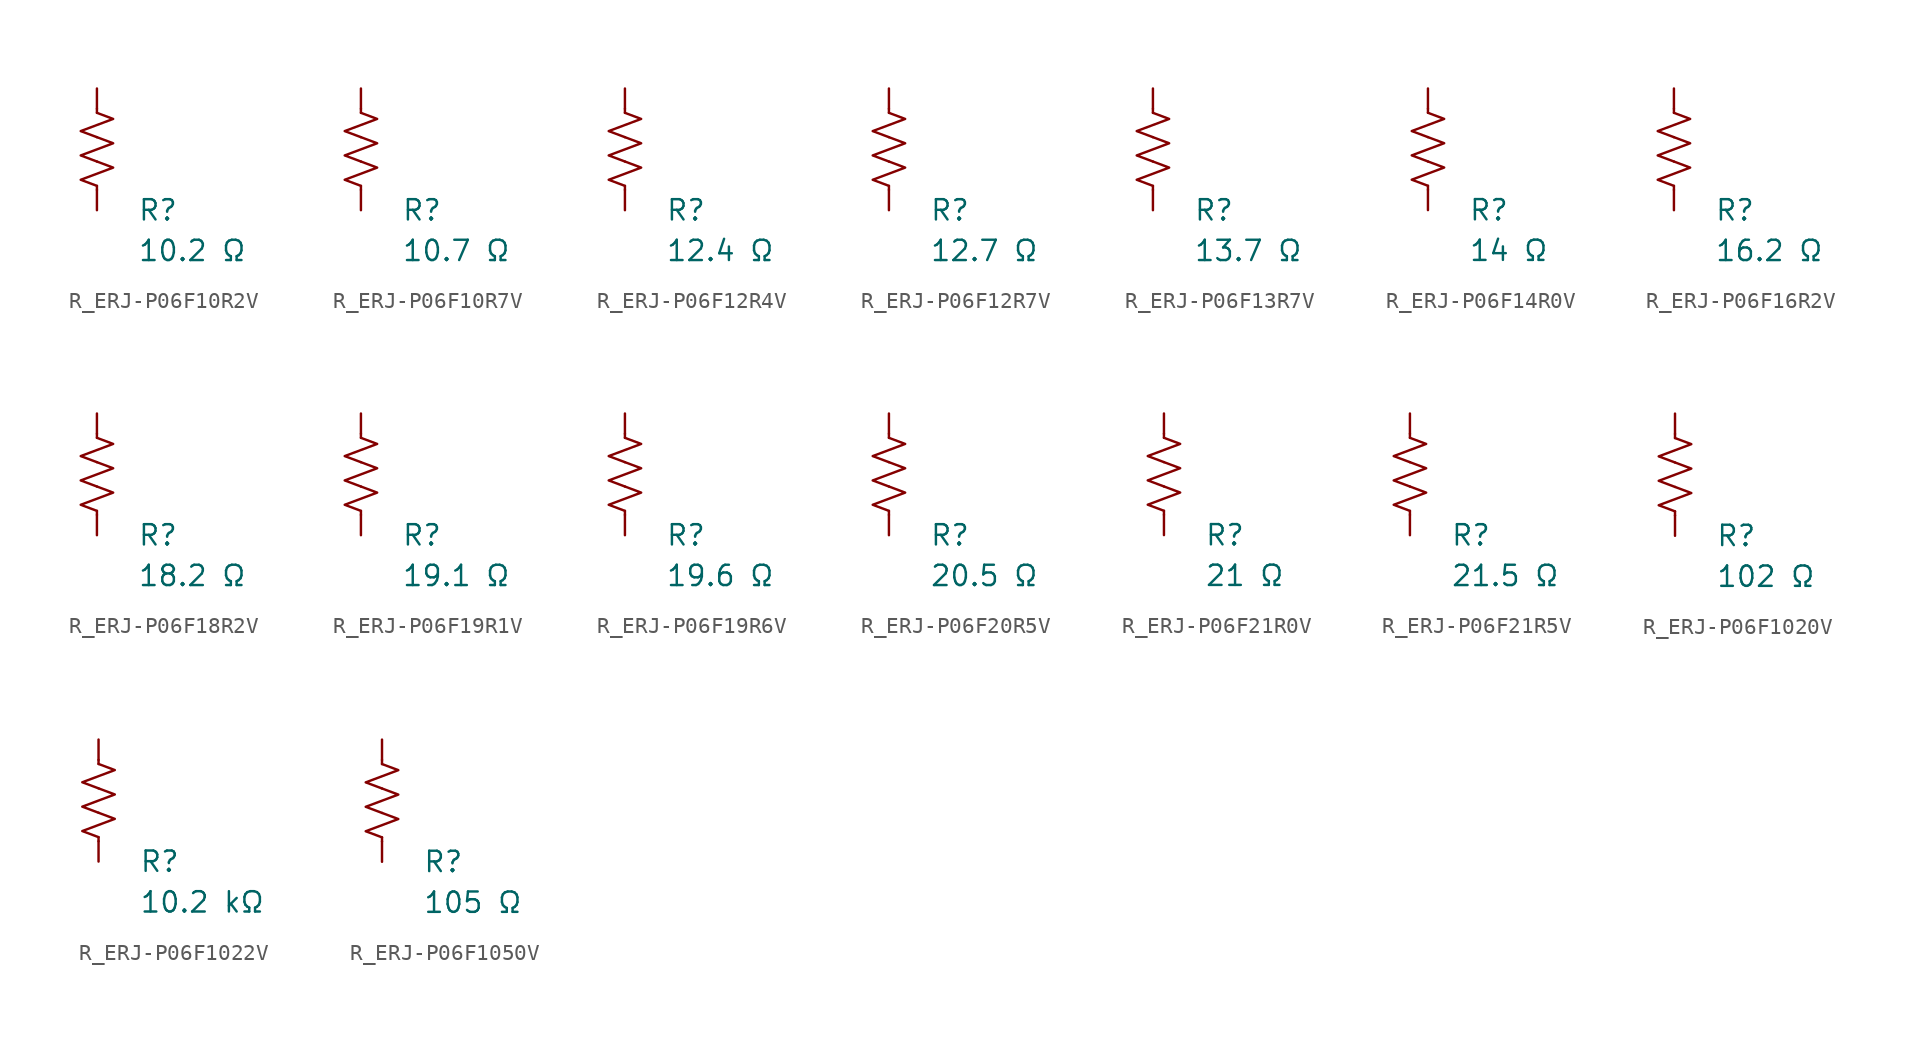
<source format=kicad_sym>
(kicad_symbol_lib
  (version 20231120)
  (generator "kicad_symbol_editor")
  (generator_version "8.0")
  (symbol "R_ERJ-P06F10R2V"
    (pin_numbers hide)
    (pin_names
      (offset 0))
    (property "Reference" "R"
      (at 2.54 -3.81 0)
      (effects (font (size 1.27 1.27)) (justify left))
      (show_name no))
    (property "Value" "10.2 Ω"
      (at 2.54 -6.35 0)
      (effects (font (size 1.27 1.27)) (justify left))
      (show_name no))
    (symbol "R_ERJ-P06F10R2V_0_1"
      (polyline (pts (xy 0 -2.286) (xy 0 -2.54)) (stroke (width 0) (type default)) (fill (type none)))
      (polyline (pts (xy 0 2.286) (xy 0 2.54)) (stroke (width 0) (type default)) (fill (type none)))
      (polyline (pts (xy 0 -0.762) (xy 1.016 -1.143) (xy 0 -1.524) (xy -1.016 -1.905) (xy 0 -2.286)) (stroke (width 0) (type default)) (fill (type none)))
      (polyline (pts (xy 0 0.762) (xy 1.016 0.381) (xy 0 0) (xy -1.016 -0.381) (xy 0 -0.762)) (stroke (width 0) (type default)) (fill (type none)))
      (polyline (pts (xy 0 2.286) (xy 1.016 1.905) (xy 0 1.524) (xy -1.016 1.143) (xy 0 0.762)) (stroke (width 0) (type default)) (fill (type none))))
    (symbol "R_ERJ-P06F10R2V_1_1"
      (pin passive line (at 0 3.81 270) (length 1.27) (name "~" (effects (font (size 1.27 1.27)))) (number "1" (effects (font (size 1.27 1.27)))))
      (pin passive line (at 0 -3.81 90) (length 1.27) (name "~" (effects (font (size 1.27 1.27)))) (number "2" (effects (font (size 1.27 1.27)))))))
  (symbol "R_ERJ-P06F10R7V"
    (pin_numbers hide)
    (pin_names
      (offset 0))
    (property "Reference" "R"
      (at 2.54 -3.81 0)
      (effects (font (size 1.27 1.27)) (justify left))
      (show_name no))
    (property "Value" "10.7 Ω"
      (at 2.54 -6.35 0)
      (effects (font (size 1.27 1.27)) (justify left))
      (show_name no))
    (symbol "R_ERJ-P06F10R7V_0_1"
      (polyline (pts (xy 0 -2.286) (xy 0 -2.54)) (stroke (width 0) (type default)) (fill (type none)))
      (polyline (pts (xy 0 2.286) (xy 0 2.54)) (stroke (width 0) (type default)) (fill (type none)))
      (polyline (pts (xy 0 -0.762) (xy 1.016 -1.143) (xy 0 -1.524) (xy -1.016 -1.905) (xy 0 -2.286)) (stroke (width 0) (type default)) (fill (type none)))
      (polyline (pts (xy 0 0.762) (xy 1.016 0.381) (xy 0 0) (xy -1.016 -0.381) (xy 0 -0.762)) (stroke (width 0) (type default)) (fill (type none)))
      (polyline (pts (xy 0 2.286) (xy 1.016 1.905) (xy 0 1.524) (xy -1.016 1.143) (xy 0 0.762)) (stroke (width 0) (type default)) (fill (type none))))
    (symbol "R_ERJ-P06F10R7V_1_1"
      (pin passive line (at 0 3.81 270) (length 1.27) (name "~" (effects (font (size 1.27 1.27)))) (number "1" (effects (font (size 1.27 1.27)))))
      (pin passive line (at 0 -3.81 90) (length 1.27) (name "~" (effects (font (size 1.27 1.27)))) (number "2" (effects (font (size 1.27 1.27)))))))
  (symbol "R_ERJ-P06F12R4V"
    (pin_numbers hide)
    (pin_names
      (offset 0))
    (property "Reference" "R"
      (at 2.54 -3.81 0)
      (effects (font (size 1.27 1.27)) (justify left))
      (show_name no))
    (property "Value" "12.4 Ω"
      (at 2.54 -6.35 0)
      (effects (font (size 1.27 1.27)) (justify left))
      (show_name no))
    (symbol "R_ERJ-P06F12R4V_0_1"
      (polyline (pts (xy 0 -2.286) (xy 0 -2.54)) (stroke (width 0) (type default)) (fill (type none)))
      (polyline (pts (xy 0 2.286) (xy 0 2.54)) (stroke (width 0) (type default)) (fill (type none)))
      (polyline (pts (xy 0 -0.762) (xy 1.016 -1.143) (xy 0 -1.524) (xy -1.016 -1.905) (xy 0 -2.286)) (stroke (width 0) (type default)) (fill (type none)))
      (polyline (pts (xy 0 0.762) (xy 1.016 0.381) (xy 0 0) (xy -1.016 -0.381) (xy 0 -0.762)) (stroke (width 0) (type default)) (fill (type none)))
      (polyline (pts (xy 0 2.286) (xy 1.016 1.905) (xy 0 1.524) (xy -1.016 1.143) (xy 0 0.762)) (stroke (width 0) (type default)) (fill (type none))))
    (symbol "R_ERJ-P06F12R4V_1_1"
      (pin passive line (at 0 3.81 270) (length 1.27) (name "~" (effects (font (size 1.27 1.27)))) (number "1" (effects (font (size 1.27 1.27)))))
      (pin passive line (at 0 -3.81 90) (length 1.27) (name "~" (effects (font (size 1.27 1.27)))) (number "2" (effects (font (size 1.27 1.27)))))))
  (symbol "R_ERJ-P06F12R7V"
    (pin_numbers hide)
    (pin_names
      (offset 0))
    (property "Reference" "R"
      (at 2.54 -3.81 0)
      (effects (font (size 1.27 1.27)) (justify left))
      (show_name no))
    (property "Value" "12.7 Ω"
      (at 2.54 -6.35 0)
      (effects (font (size 1.27 1.27)) (justify left))
      (show_name no))
    (symbol "R_ERJ-P06F12R7V_0_1"
      (polyline (pts (xy 0 -2.286) (xy 0 -2.54)) (stroke (width 0) (type default)) (fill (type none)))
      (polyline (pts (xy 0 2.286) (xy 0 2.54)) (stroke (width 0) (type default)) (fill (type none)))
      (polyline (pts (xy 0 -0.762) (xy 1.016 -1.143) (xy 0 -1.524) (xy -1.016 -1.905) (xy 0 -2.286)) (stroke (width 0) (type default)) (fill (type none)))
      (polyline (pts (xy 0 0.762) (xy 1.016 0.381) (xy 0 0) (xy -1.016 -0.381) (xy 0 -0.762)) (stroke (width 0) (type default)) (fill (type none)))
      (polyline (pts (xy 0 2.286) (xy 1.016 1.905) (xy 0 1.524) (xy -1.016 1.143) (xy 0 0.762)) (stroke (width 0) (type default)) (fill (type none))))
    (symbol "R_ERJ-P06F12R7V_1_1"
      (pin passive line (at 0 3.81 270) (length 1.27) (name "~" (effects (font (size 1.27 1.27)))) (number "1" (effects (font (size 1.27 1.27)))))
      (pin passive line (at 0 -3.81 90) (length 1.27) (name "~" (effects (font (size 1.27 1.27)))) (number "2" (effects (font (size 1.27 1.27)))))))
  (symbol "R_ERJ-P06F13R7V"
    (pin_numbers hide)
    (pin_names
      (offset 0))
    (property "Reference" "R"
      (at 2.54 -3.81 0)
      (effects (font (size 1.27 1.27)) (justify left))
      (show_name no))
    (property "Value" "13.7 Ω"
      (at 2.54 -6.35 0)
      (effects (font (size 1.27 1.27)) (justify left))
      (show_name no))
    (symbol "R_ERJ-P06F13R7V_0_1"
      (polyline (pts (xy 0 -2.286) (xy 0 -2.54)) (stroke (width 0) (type default)) (fill (type none)))
      (polyline (pts (xy 0 2.286) (xy 0 2.54)) (stroke (width 0) (type default)) (fill (type none)))
      (polyline (pts (xy 0 -0.762) (xy 1.016 -1.143) (xy 0 -1.524) (xy -1.016 -1.905) (xy 0 -2.286)) (stroke (width 0) (type default)) (fill (type none)))
      (polyline (pts (xy 0 0.762) (xy 1.016 0.381) (xy 0 0) (xy -1.016 -0.381) (xy 0 -0.762)) (stroke (width 0) (type default)) (fill (type none)))
      (polyline (pts (xy 0 2.286) (xy 1.016 1.905) (xy 0 1.524) (xy -1.016 1.143) (xy 0 0.762)) (stroke (width 0) (type default)) (fill (type none))))
    (symbol "R_ERJ-P06F13R7V_1_1"
      (pin passive line (at 0 3.81 270) (length 1.27) (name "~" (effects (font (size 1.27 1.27)))) (number "1" (effects (font (size 1.27 1.27)))))
      (pin passive line (at 0 -3.81 90) (length 1.27) (name "~" (effects (font (size 1.27 1.27)))) (number "2" (effects (font (size 1.27 1.27)))))))
  (symbol "R_ERJ-P06F14R0V"
    (pin_numbers hide)
    (pin_names
      (offset 0))
    (property "Reference" "R"
      (at 2.54 -3.81 0)
      (effects (font (size 1.27 1.27)) (justify left))
      (show_name no))
    (property "Value" "14 Ω"
      (at 2.54 -6.35 0)
      (effects (font (size 1.27 1.27)) (justify left))
      (show_name no))
    (symbol "R_ERJ-P06F14R0V_0_1"
      (polyline (pts (xy 0 -2.286) (xy 0 -2.54)) (stroke (width 0) (type default)) (fill (type none)))
      (polyline (pts (xy 0 2.286) (xy 0 2.54)) (stroke (width 0) (type default)) (fill (type none)))
      (polyline (pts (xy 0 -0.762) (xy 1.016 -1.143) (xy 0 -1.524) (xy -1.016 -1.905) (xy 0 -2.286)) (stroke (width 0) (type default)) (fill (type none)))
      (polyline (pts (xy 0 0.762) (xy 1.016 0.381) (xy 0 0) (xy -1.016 -0.381) (xy 0 -0.762)) (stroke (width 0) (type default)) (fill (type none)))
      (polyline (pts (xy 0 2.286) (xy 1.016 1.905) (xy 0 1.524) (xy -1.016 1.143) (xy 0 0.762)) (stroke (width 0) (type default)) (fill (type none))))
    (symbol "R_ERJ-P06F14R0V_1_1"
      (pin passive line (at 0 3.81 270) (length 1.27) (name "~" (effects (font (size 1.27 1.27)))) (number "1" (effects (font (size 1.27 1.27)))))
      (pin passive line (at 0 -3.81 90) (length 1.27) (name "~" (effects (font (size 1.27 1.27)))) (number "2" (effects (font (size 1.27 1.27)))))))
  (symbol "R_ERJ-P06F16R2V"
    (pin_numbers hide)
    (pin_names
      (offset 0))
    (property "Reference" "R"
      (at 2.54 -3.81 0)
      (effects (font (size 1.27 1.27)) (justify left))
      (show_name no))
    (property "Value" "16.2 Ω"
      (at 2.54 -6.35 0)
      (effects (font (size 1.27 1.27)) (justify left))
      (show_name no))
    (symbol "R_ERJ-P06F16R2V_0_1"
      (polyline (pts (xy 0 -2.286) (xy 0 -2.54)) (stroke (width 0) (type default)) (fill (type none)))
      (polyline (pts (xy 0 2.286) (xy 0 2.54)) (stroke (width 0) (type default)) (fill (type none)))
      (polyline (pts (xy 0 -0.762) (xy 1.016 -1.143) (xy 0 -1.524) (xy -1.016 -1.905) (xy 0 -2.286)) (stroke (width 0) (type default)) (fill (type none)))
      (polyline (pts (xy 0 0.762) (xy 1.016 0.381) (xy 0 0) (xy -1.016 -0.381) (xy 0 -0.762)) (stroke (width 0) (type default)) (fill (type none)))
      (polyline (pts (xy 0 2.286) (xy 1.016 1.905) (xy 0 1.524) (xy -1.016 1.143) (xy 0 0.762)) (stroke (width 0) (type default)) (fill (type none))))
    (symbol "R_ERJ-P06F16R2V_1_1"
      (pin passive line (at 0 3.81 270) (length 1.27) (name "~" (effects (font (size 1.27 1.27)))) (number "1" (effects (font (size 1.27 1.27)))))
      (pin passive line (at 0 -3.81 90) (length 1.27) (name "~" (effects (font (size 1.27 1.27)))) (number "2" (effects (font (size 1.27 1.27)))))))
  (symbol "R_ERJ-P06F18R2V"
    (pin_numbers hide)
    (pin_names
      (offset 0))
    (property "Reference" "R"
      (at 2.54 -3.81 0)
      (effects (font (size 1.27 1.27)) (justify left))
      (show_name no))
    (property "Value" "18.2 Ω"
      (at 2.54 -6.35 0)
      (effects (font (size 1.27 1.27)) (justify left))
      (show_name no))
    (symbol "R_ERJ-P06F18R2V_0_1"
      (polyline (pts (xy 0 -2.286) (xy 0 -2.54)) (stroke (width 0) (type default)) (fill (type none)))
      (polyline (pts (xy 0 2.286) (xy 0 2.54)) (stroke (width 0) (type default)) (fill (type none)))
      (polyline (pts (xy 0 -0.762) (xy 1.016 -1.143) (xy 0 -1.524) (xy -1.016 -1.905) (xy 0 -2.286)) (stroke (width 0) (type default)) (fill (type none)))
      (polyline (pts (xy 0 0.762) (xy 1.016 0.381) (xy 0 0) (xy -1.016 -0.381) (xy 0 -0.762)) (stroke (width 0) (type default)) (fill (type none)))
      (polyline (pts (xy 0 2.286) (xy 1.016 1.905) (xy 0 1.524) (xy -1.016 1.143) (xy 0 0.762)) (stroke (width 0) (type default)) (fill (type none))))
    (symbol "R_ERJ-P06F18R2V_1_1"
      (pin passive line (at 0 3.81 270) (length 1.27) (name "~" (effects (font (size 1.27 1.27)))) (number "1" (effects (font (size 1.27 1.27)))))
      (pin passive line (at 0 -3.81 90) (length 1.27) (name "~" (effects (font (size 1.27 1.27)))) (number "2" (effects (font (size 1.27 1.27)))))))
  (symbol "R_ERJ-P06F19R1V"
    (pin_numbers hide)
    (pin_names
      (offset 0))
    (property "Reference" "R"
      (at 2.54 -3.81 0)
      (effects (font (size 1.27 1.27)) (justify left))
      (show_name no))
    (property "Value" "19.1 Ω"
      (at 2.54 -6.35 0)
      (effects (font (size 1.27 1.27)) (justify left))
      (show_name no))
    (symbol "R_ERJ-P06F19R1V_0_1"
      (polyline (pts (xy 0 -2.286) (xy 0 -2.54)) (stroke (width 0) (type default)) (fill (type none)))
      (polyline (pts (xy 0 2.286) (xy 0 2.54)) (stroke (width 0) (type default)) (fill (type none)))
      (polyline (pts (xy 0 -0.762) (xy 1.016 -1.143) (xy 0 -1.524) (xy -1.016 -1.905) (xy 0 -2.286)) (stroke (width 0) (type default)) (fill (type none)))
      (polyline (pts (xy 0 0.762) (xy 1.016 0.381) (xy 0 0) (xy -1.016 -0.381) (xy 0 -0.762)) (stroke (width 0) (type default)) (fill (type none)))
      (polyline (pts (xy 0 2.286) (xy 1.016 1.905) (xy 0 1.524) (xy -1.016 1.143) (xy 0 0.762)) (stroke (width 0) (type default)) (fill (type none))))
    (symbol "R_ERJ-P06F19R1V_1_1"
      (pin passive line (at 0 3.81 270) (length 1.27) (name "~" (effects (font (size 1.27 1.27)))) (number "1" (effects (font (size 1.27 1.27)))))
      (pin passive line (at 0 -3.81 90) (length 1.27) (name "~" (effects (font (size 1.27 1.27)))) (number "2" (effects (font (size 1.27 1.27)))))))
  (symbol "R_ERJ-P06F19R6V"
    (pin_numbers hide)
    (pin_names
      (offset 0))
    (property "Reference" "R"
      (at 2.54 -3.81 0)
      (effects (font (size 1.27 1.27)) (justify left))
      (show_name no))
    (property "Value" "19.6 Ω"
      (at 2.54 -6.35 0)
      (effects (font (size 1.27 1.27)) (justify left))
      (show_name no))
    (symbol "R_ERJ-P06F19R6V_0_1"
      (polyline (pts (xy 0 -2.286) (xy 0 -2.54)) (stroke (width 0) (type default)) (fill (type none)))
      (polyline (pts (xy 0 2.286) (xy 0 2.54)) (stroke (width 0) (type default)) (fill (type none)))
      (polyline (pts (xy 0 -0.762) (xy 1.016 -1.143) (xy 0 -1.524) (xy -1.016 -1.905) (xy 0 -2.286)) (stroke (width 0) (type default)) (fill (type none)))
      (polyline (pts (xy 0 0.762) (xy 1.016 0.381) (xy 0 0) (xy -1.016 -0.381) (xy 0 -0.762)) (stroke (width 0) (type default)) (fill (type none)))
      (polyline (pts (xy 0 2.286) (xy 1.016 1.905) (xy 0 1.524) (xy -1.016 1.143) (xy 0 0.762)) (stroke (width 0) (type default)) (fill (type none))))
    (symbol "R_ERJ-P06F19R6V_1_1"
      (pin passive line (at 0 3.81 270) (length 1.27) (name "~" (effects (font (size 1.27 1.27)))) (number "1" (effects (font (size 1.27 1.27)))))
      (pin passive line (at 0 -3.81 90) (length 1.27) (name "~" (effects (font (size 1.27 1.27)))) (number "2" (effects (font (size 1.27 1.27)))))))
  (symbol "R_ERJ-P06F20R5V"
    (pin_numbers hide)
    (pin_names
      (offset 0))
    (property "Reference" "R"
      (at 2.54 -3.81 0)
      (effects (font (size 1.27 1.27)) (justify left))
      (show_name no))
    (property "Value" "20.5 Ω"
      (at 2.54 -6.35 0)
      (effects (font (size 1.27 1.27)) (justify left))
      (show_name no))
    (symbol "R_ERJ-P06F20R5V_0_1"
      (polyline (pts (xy 0 -2.286) (xy 0 -2.54)) (stroke (width 0) (type default)) (fill (type none)))
      (polyline (pts (xy 0 2.286) (xy 0 2.54)) (stroke (width 0) (type default)) (fill (type none)))
      (polyline (pts (xy 0 -0.762) (xy 1.016 -1.143) (xy 0 -1.524) (xy -1.016 -1.905) (xy 0 -2.286)) (stroke (width 0) (type default)) (fill (type none)))
      (polyline (pts (xy 0 0.762) (xy 1.016 0.381) (xy 0 0) (xy -1.016 -0.381) (xy 0 -0.762)) (stroke (width 0) (type default)) (fill (type none)))
      (polyline (pts (xy 0 2.286) (xy 1.016 1.905) (xy 0 1.524) (xy -1.016 1.143) (xy 0 0.762)) (stroke (width 0) (type default)) (fill (type none))))
    (symbol "R_ERJ-P06F20R5V_1_1"
      (pin passive line (at 0 3.81 270) (length 1.27) (name "~" (effects (font (size 1.27 1.27)))) (number "1" (effects (font (size 1.27 1.27)))))
      (pin passive line (at 0 -3.81 90) (length 1.27) (name "~" (effects (font (size 1.27 1.27)))) (number "2" (effects (font (size 1.27 1.27)))))))
  (symbol "R_ERJ-P06F21R0V"
    (pin_numbers hide)
    (pin_names
      (offset 0))
    (property "Reference" "R"
      (at 2.54 -3.81 0)
      (effects (font (size 1.27 1.27)) (justify left))
      (show_name no))
    (property "Value" "21 Ω"
      (at 2.54 -6.35 0)
      (effects (font (size 1.27 1.27)) (justify left))
      (show_name no))
    (symbol "R_ERJ-P06F21R0V_0_1"
      (polyline (pts (xy 0 -2.286) (xy 0 -2.54)) (stroke (width 0) (type default)) (fill (type none)))
      (polyline (pts (xy 0 2.286) (xy 0 2.54)) (stroke (width 0) (type default)) (fill (type none)))
      (polyline (pts (xy 0 -0.762) (xy 1.016 -1.143) (xy 0 -1.524) (xy -1.016 -1.905) (xy 0 -2.286)) (stroke (width 0) (type default)) (fill (type none)))
      (polyline (pts (xy 0 0.762) (xy 1.016 0.381) (xy 0 0) (xy -1.016 -0.381) (xy 0 -0.762)) (stroke (width 0) (type default)) (fill (type none)))
      (polyline (pts (xy 0 2.286) (xy 1.016 1.905) (xy 0 1.524) (xy -1.016 1.143) (xy 0 0.762)) (stroke (width 0) (type default)) (fill (type none))))
    (symbol "R_ERJ-P06F21R0V_1_1"
      (pin passive line (at 0 3.81 270) (length 1.27) (name "~" (effects (font (size 1.27 1.27)))) (number "1" (effects (font (size 1.27 1.27)))))
      (pin passive line (at 0 -3.81 90) (length 1.27) (name "~" (effects (font (size 1.27 1.27)))) (number "2" (effects (font (size 1.27 1.27)))))))
  (symbol "R_ERJ-P06F21R5V"
    (pin_numbers hide)
    (pin_names
      (offset 0))
    (property "Reference" "R"
      (at 2.54 -3.81 0)
      (effects (font (size 1.27 1.27)) (justify left))
      (show_name no))
    (property "Value" "21.5 Ω"
      (at 2.54 -6.35 0)
      (effects (font (size 1.27 1.27)) (justify left))
      (show_name no))
    (symbol "R_ERJ-P06F21R5V_0_1"
      (polyline (pts (xy 0 -2.286) (xy 0 -2.54)) (stroke (width 0) (type default)) (fill (type none)))
      (polyline (pts (xy 0 2.286) (xy 0 2.54)) (stroke (width 0) (type default)) (fill (type none)))
      (polyline (pts (xy 0 -0.762) (xy 1.016 -1.143) (xy 0 -1.524) (xy -1.016 -1.905) (xy 0 -2.286)) (stroke (width 0) (type default)) (fill (type none)))
      (polyline (pts (xy 0 0.762) (xy 1.016 0.381) (xy 0 0) (xy -1.016 -0.381) (xy 0 -0.762)) (stroke (width 0) (type default)) (fill (type none)))
      (polyline (pts (xy 0 2.286) (xy 1.016 1.905) (xy 0 1.524) (xy -1.016 1.143) (xy 0 0.762)) (stroke (width 0) (type default)) (fill (type none))))
    (symbol "R_ERJ-P06F21R5V_1_1"
      (pin passive line (at 0 3.81 270) (length 1.27) (name "~" (effects (font (size 1.27 1.27)))) (number "1" (effects (font (size 1.27 1.27)))))
      (pin passive line (at 0 -3.81 90) (length 1.27) (name "~" (effects (font (size 1.27 1.27)))) (number "2" (effects (font (size 1.27 1.27)))))))
  (symbol "R_ERJ-P06F1020V"
    (pin_numbers hide)
    (pin_names
      (offset 0))
    (property "Reference" "R"
      (at 2.54 -3.81 0)
      (effects (font (size 1.27 1.27)) (justify left))
      (show_name no))
    (property "Value" "102 Ω"
      (at 2.54 -6.35 0)
      (effects (font (size 1.27 1.27)) (justify left))
      (show_name no))
    (symbol "R_ERJ-P06F1020V_0_1"
      (polyline (pts (xy 0 -2.286) (xy 0 -2.54)) (stroke (width 0) (type default)) (fill (type none)))
      (polyline (pts (xy 0 2.286) (xy 0 2.54)) (stroke (width 0) (type default)) (fill (type none)))
      (polyline (pts (xy 0 -0.762) (xy 1.016 -1.143) (xy 0 -1.524) (xy -1.016 -1.905) (xy 0 -2.286)) (stroke (width 0) (type default)) (fill (type none)))
      (polyline (pts (xy 0 0.762) (xy 1.016 0.381) (xy 0 0) (xy -1.016 -0.381) (xy 0 -0.762)) (stroke (width 0) (type default)) (fill (type none)))
      (polyline (pts (xy 0 2.286) (xy 1.016 1.905) (xy 0 1.524) (xy -1.016 1.143) (xy 0 0.762)) (stroke (width 0) (type default)) (fill (type none))))
    (symbol "R_ERJ-P06F1020V_1_1"
      (pin passive line (at 0 3.81 270) (length 1.27) (name "~" (effects (font (size 1.27 1.27)))) (number "1" (effects (font (size 1.27 1.27)))))
      (pin passive line (at 0 -3.81 90) (length 1.27) (name "~" (effects (font (size 1.27 1.27)))) (number "2" (effects (font (size 1.27 1.27)))))))
  (symbol "R_ERJ-P06F1022V"
    (pin_numbers hide)
    (pin_names
      (offset 0))
    (property "Reference" "R"
      (at 2.54 -3.81 0)
      (effects (font (size 1.27 1.27)) (justify left))
      (show_name no))
    (property "Value" "10.2 kΩ"
      (at 2.54 -6.35 0)
      (effects (font (size 1.27 1.27)) (justify left))
      (show_name no))
    (symbol "R_ERJ-P06F1022V_0_1"
      (polyline (pts (xy 0 -2.286) (xy 0 -2.54)) (stroke (width 0) (type default)) (fill (type none)))
      (polyline (pts (xy 0 2.286) (xy 0 2.54)) (stroke (width 0) (type default)) (fill (type none)))
      (polyline (pts (xy 0 -0.762) (xy 1.016 -1.143) (xy 0 -1.524) (xy -1.016 -1.905) (xy 0 -2.286)) (stroke (width 0) (type default)) (fill (type none)))
      (polyline (pts (xy 0 0.762) (xy 1.016 0.381) (xy 0 0) (xy -1.016 -0.381) (xy 0 -0.762)) (stroke (width 0) (type default)) (fill (type none)))
      (polyline (pts (xy 0 2.286) (xy 1.016 1.905) (xy 0 1.524) (xy -1.016 1.143) (xy 0 0.762)) (stroke (width 0) (type default)) (fill (type none))))
    (symbol "R_ERJ-P06F1022V_1_1"
      (pin passive line (at 0 3.81 270) (length 1.27) (name "~" (effects (font (size 1.27 1.27)))) (number "1" (effects (font (size 1.27 1.27)))))
      (pin passive line (at 0 -3.81 90) (length 1.27) (name "~" (effects (font (size 1.27 1.27)))) (number "2" (effects (font (size 1.27 1.27)))))))
  (symbol "R_ERJ-P06F1050V"
    (pin_numbers hide)
    (pin_names
      (offset 0))
    (property "Reference" "R"
      (at 2.54 -3.81 0)
      (effects (font (size 1.27 1.27)) (justify left))
      (show_name no))
    (property "Value" "105 Ω"
      (at 2.54 -6.35 0)
      (effects (font (size 1.27 1.27)) (justify left))
      (show_name no))
    (symbol "R_ERJ-P06F1050V_0_1"
      (polyline (pts (xy 0 -2.286) (xy 0 -2.54)) (stroke (width 0) (type default)) (fill (type none)))
      (polyline (pts (xy 0 2.286) (xy 0 2.54)) (stroke (width 0) (type default)) (fill (type none)))
      (polyline (pts (xy 0 -0.762) (xy 1.016 -1.143) (xy 0 -1.524) (xy -1.016 -1.905) (xy 0 -2.286)) (stroke (width 0) (type default)) (fill (type none)))
      (polyline (pts (xy 0 0.762) (xy 1.016 0.381) (xy 0 0) (xy -1.016 -0.381) (xy 0 -0.762)) (stroke (width 0) (type default)) (fill (type none)))
      (polyline (pts (xy 0 2.286) (xy 1.016 1.905) (xy 0 1.524) (xy -1.016 1.143) (xy 0 0.762)) (stroke (width 0) (type default)) (fill (type none))))
    (symbol "R_ERJ-P06F1050V_1_1"
      (pin passive line (at 0 3.81 270) (length 1.27) (name "~" (effects (font (size 1.27 1.27)))) (number "1" (effects (font (size 1.27 1.27)))))
      (pin passive line (at 0 -3.81 90) (length 1.27) (name "~" (effects (font (size 1.27 1.27)))) (number "2" (effects (font (size 1.27 1.27))))))))
</source>
